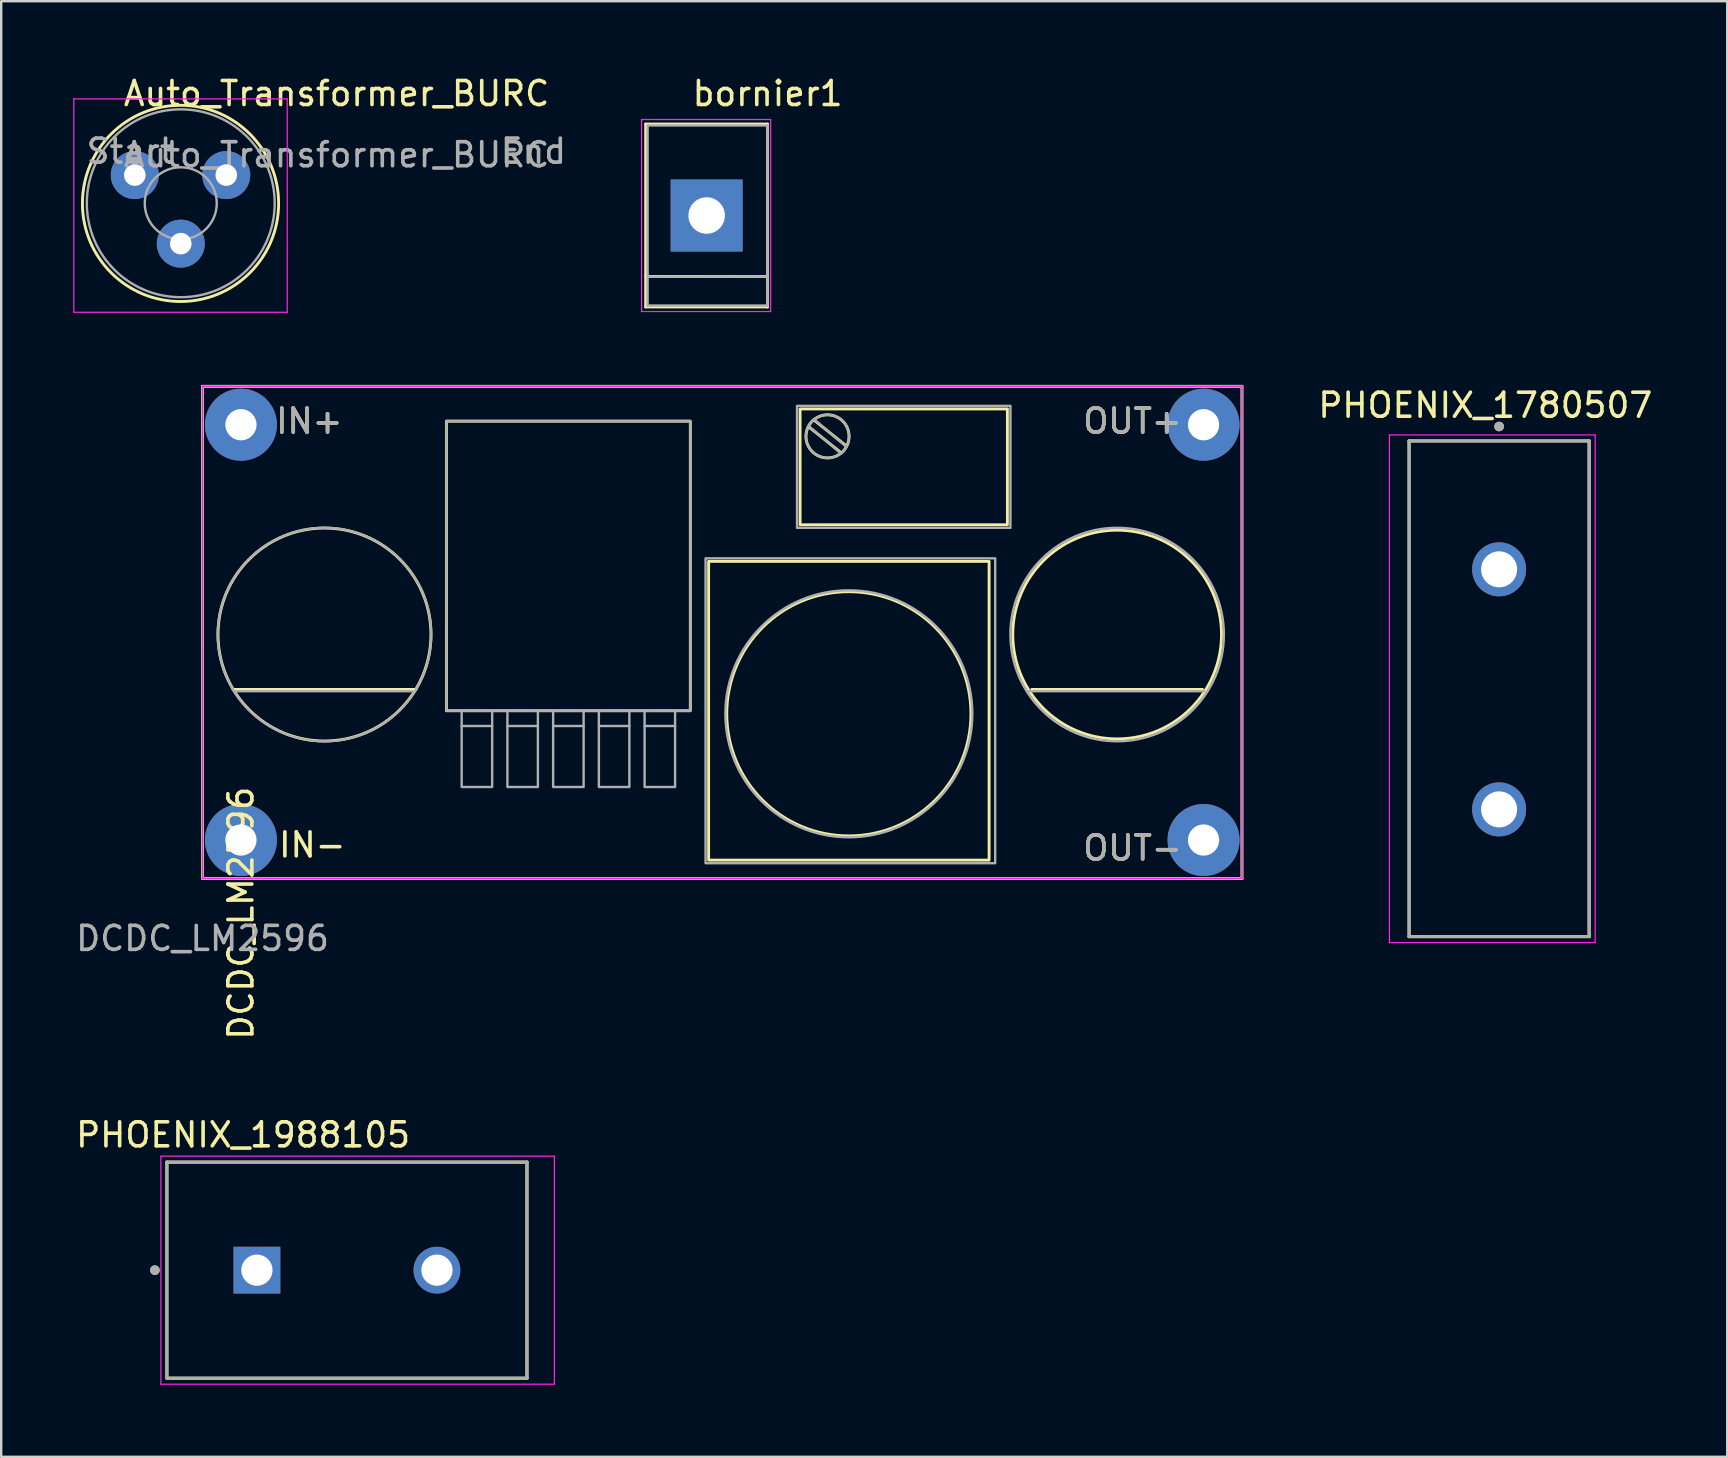
<source format=kicad_pcb>
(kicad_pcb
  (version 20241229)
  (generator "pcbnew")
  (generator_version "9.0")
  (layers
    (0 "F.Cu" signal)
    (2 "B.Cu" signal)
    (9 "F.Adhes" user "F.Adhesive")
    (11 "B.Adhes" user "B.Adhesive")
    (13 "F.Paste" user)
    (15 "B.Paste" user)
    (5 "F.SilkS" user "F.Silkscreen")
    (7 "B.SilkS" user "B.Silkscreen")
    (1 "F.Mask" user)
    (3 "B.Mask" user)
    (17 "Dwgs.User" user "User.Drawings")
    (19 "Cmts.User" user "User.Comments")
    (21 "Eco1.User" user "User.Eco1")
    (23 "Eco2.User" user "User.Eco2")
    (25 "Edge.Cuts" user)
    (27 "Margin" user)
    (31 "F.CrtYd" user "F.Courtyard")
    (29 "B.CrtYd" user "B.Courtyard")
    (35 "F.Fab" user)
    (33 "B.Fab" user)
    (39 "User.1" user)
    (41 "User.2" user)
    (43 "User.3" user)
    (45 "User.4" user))
  (footprint "DCDC_LM2596"
    (layer "F.Cu")
    (at 5.387 33.543)
    (property "Reference" "DCDC_LM2596" (at 1.6 1.448 90) (unlocked yes) (layer "F.SilkS") (effects (font (size 1 1) (thickness 0.15))))
    (attr through_hole)
    (fp_line (start 0 -20.5) (end 43.3 -20.5) (stroke (width 0.12) (type solid)) (layer "F.SilkS"))
    (fp_line (start 0 0) (end 0 -20.5) (stroke (width 0.12) (type solid)) (layer "F.SilkS"))
    (fp_line (start 1.27 -7.874) (end 8.89 -7.874) (stroke (width 0.12) (type solid)) (layer "F.SilkS"))
    (fp_line (start 25.273 -18.796) (end 26.543 -17.78) (stroke (width 0.12) (type solid)) (layer "F.SilkS"))
    (fp_line (start 25.527 -19.05) (end 26.797 -18.034) (stroke (width 0.12) (type solid)) (layer "F.SilkS"))
    (fp_line (start 34.544 -7.874) (end 41.656 -7.874) (stroke (width 0.12) (type solid)) (layer "F.SilkS"))
    (fp_line (start 43.3 -20.5) (end 43.3 0) (stroke (width 0.12) (type solid)) (layer "F.SilkS"))
    (fp_line (start 43.3 0) (end 0 0) (stroke (width 0.12) (type solid)) (layer "F.SilkS"))
    (fp_rect (start 10.16 -6.985) (end 20.32 -19.05) (stroke (width 0.12) (type solid)) (fill no) (layer "F.SilkS"))
    (fp_rect (start 21.082 -13.208) (end 32.766 -0.762) (stroke (width 0.12) (type solid)) (fill no) (layer "F.SilkS"))
    (fp_rect (start 24.892 -14.732) (end 33.528 -19.558) (stroke (width 0.12) (type solid)) (fill no) (layer "F.SilkS"))
    (fp_circle (center 5.08 -10.16) (end 9.398 -11.176) (stroke (width 0.12) (type solid)) (fill no) (layer "F.SilkS"))
    (fp_circle (center 26.035 -18.415) (end 26.924 -18.288) (stroke (width 0.12) (type solid)) (fill no) (layer "F.SilkS"))
    (fp_circle (center 26.924 -6.858) (end 32.004 -6.604) (stroke (width 0.12) (type solid)) (fill no) (layer "F.SilkS"))
    (fp_circle (center 38.1 -10.16) (end 42.418 -10.668) (stroke (width 0.12) (type solid)) (fill no) (layer "F.SilkS"))
    (fp_line (start 0 -20.5) (end 0 0) (stroke (width 0.05) (type solid)) (layer "F.CrtYd"))
    (fp_line (start 0 0) (end 43.3 0) (stroke (width 0.05) (type solid)) (layer "F.CrtYd"))
    (fp_line (start 43.3 -20.5) (end 0 -20.5) (stroke (width 0.05) (type solid)) (layer "F.CrtYd"))
    (fp_line (start 43.3 0) (end 43.3 -20.5) (stroke (width 0.05) (type solid)) (layer "F.CrtYd"))
    (fp_line (start 0 -20.5) (end 43.3 -20.5) (stroke (width 0.1) (type solid)) (layer "F.Fab"))
    (fp_line (start 0 0) (end 0 -20.5) (stroke (width 0.1) (type solid)) (layer "F.Fab"))
    (fp_line (start 0 0) (end 43.3 0) (stroke (width 0.1) (type solid)) (layer "F.Fab"))
    (fp_line (start 1.4 -7.8) (end 8.7 -7.8) (stroke (width 0.1) (type solid)) (layer "F.Fab"))
    (fp_line (start 10.795 -6.35) (end 12.065 -6.35) (stroke (width 0.1) (type solid)) (layer "F.Fab"))
    (fp_line (start 12.7 -6.35) (end 13.97 -6.35) (stroke (width 0.1) (type solid)) (layer "F.Fab"))
    (fp_line (start 14.605 -6.35) (end 15.875 -6.35) (stroke (width 0.1) (type solid)) (layer "F.Fab"))
    (fp_line (start 16.51 -6.35) (end 17.78 -6.35) (stroke (width 0.1) (type solid)) (layer "F.Fab"))
    (fp_line (start 18.415 -6.35) (end 19.685 -6.35) (stroke (width 0.1) (type solid)) (layer "F.Fab"))
    (fp_line (start 25.3 -18.8) (end 26.6 -17.7) (stroke (width 0.1) (type solid)) (layer "F.Fab"))
    (fp_line (start 25.5 -19.1) (end 26.8 -18) (stroke (width 0.1) (type solid)) (layer "F.Fab"))
    (fp_line (start 34.42 -7.8) (end 41.72 -7.8) (stroke (width 0.1) (type solid)) (layer "F.Fab"))
    (fp_line (start 43.3 0) (end 43.3 -20.5) (stroke (width 0.1) (type solid)) (layer "F.Fab"))
    (fp_rect (start 10.16 -19.05) (end 20.32 -6.985) (stroke (width 0.1) (type solid)) (fill no) (layer "F.Fab"))
    (fp_rect (start 12.065 -6.985) (end 10.795 -3.81) (stroke (width 0.1) (type solid)) (fill no) (layer "F.Fab"))
    (fp_rect (start 13.97 -6.985) (end 12.7 -3.81) (stroke (width 0.1) (type solid)) (fill no) (layer "F.Fab"))
    (fp_rect (start 14.605 -6.985) (end 15.875 -3.81) (stroke (width 0.1) (type solid)) (fill no) (layer "F.Fab"))
    (fp_rect (start 16.51 -6.985) (end 17.78 -3.81) (stroke (width 0.1) (type solid)) (fill no) (layer "F.Fab"))
    (fp_rect (start 18.415 -6.985) (end 19.685 -3.81) (stroke (width 0.1) (type solid)) (fill no) (layer "F.Fab"))
    (fp_rect (start 20.955 -0.635) (end 33.02 -13.335) (stroke (width 0.1) (type solid)) (fill no) (layer "F.Fab"))
    (fp_rect (start 24.765 -19.685) (end 33.655 -14.605) (stroke (width 0.1) (type solid)) (fill no) (layer "F.Fab"))
    (fp_circle (center 5.08 -10.16) (end 0.635 -10.25) (stroke (width 0.1) (type solid)) (fill no) (layer "F.Fab"))
    (fp_circle (center 26.035 -18.415) (end 25.4 -19.05) (stroke (width 0.1) (type solid)) (fill no) (layer "F.Fab"))
    (fp_circle (center 26.924 -6.858) (end 29.718 -2.54) (stroke (width 0.1) (type solid)) (fill no) (layer "F.Fab"))
    (fp_circle (center 38.1 -10.16) (end 33.655 -10.25) (stroke (width 0.1) (type solid)) (fill no) (layer "F.Fab"))
    (fp_text user "OUT+" (at 38.735 -19.05 0) (unlocked yes) (layer "F.SilkS") (effects (font (size 1 1) (thickness 0.15))))
    (fp_text user "IN-" (at 4.572 -1.397 0) (unlocked yes) (layer "F.SilkS") (effects (font (size 1 1) (thickness 0.15))))
    (fp_text user "IN+" (at 4.445 -19.05 0) (unlocked yes) (layer "F.SilkS") (effects (font (size 1 1) (thickness 0.15))))
    (fp_text user "OUT-" (at 38.735 -1.27 0) (unlocked yes) (layer "F.SilkS") (effects (font (size 1 1) (thickness 0.15))))
    (fp_text user "OUT+" (at 38.735 -19.05 0) (unlocked yes) (layer "F.Fab") (effects (font (size 1 1) (thickness 0.15))))
    (fp_text user "${REFERENCE}" (at 0 2.5 0) (unlocked yes) (layer "F.Fab") (effects (font (size 1 1) (thickness 0.15))))
    (fp_text user "OUT-" (at 38.735 -1.27 0) (unlocked yes) (layer "F.Fab") (effects (font (size 1 1) (thickness 0.15))))
    (fp_text user "IN+" (at 4.445 -19.05 0) (unlocked yes) (layer "F.Fab") (effects (font (size 1 1) (thickness 0.15))))
    (pad "1" thru_hole circle (at 1.6 -1.6) (size 3 3) (drill 1.3) (layers "*.Cu" "*.Mask"))
    (pad "2" thru_hole circle (at 41.7 -1.6) (size 3 3) (drill 1.3) (layers "*.Cu" "*.Mask"))
    (pad "3" thru_hole circle (at 41.7 -18.9) (size 3 3) (drill 1.3) (layers "*.Cu" "*.Mask"))
    (pad "4" thru_hole circle (at 1.6 -18.9) (size 3 3) (drill 1.3) (layers "*.Cu" "*.Mask")))
  (footprint "bornier1"
    (layer "F.Cu")
    (at 26.387 5.928)
    (property "Reference" "bornier1" (at 2.54 -5.08 0) (layer "F.SilkS") (effects (font (size 1 1) (thickness 0.15))))
    (attr through_hole)
    (fp_line (start -2.54 -3.81) (end -2.54 3.81) (stroke (width 0.12) (type solid)) (layer "F.SilkS"))
    (fp_line (start -2.54 3.81) (end 2.54 3.81) (stroke (width 0.12) (type solid)) (layer "F.SilkS"))
    (fp_line (start 2.54 -3.81) (end -2.54 -3.81) (stroke (width 0.12) (type solid)) (layer "F.SilkS"))
    (fp_line (start 2.54 2.54) (end -2.54 2.54) (stroke (width 0.12) (type solid)) (layer "F.SilkS"))
    (fp_line (start 2.54 3.81) (end 2.54 -3.81) (stroke (width 0.12) (type solid)) (layer "F.SilkS"))
    (fp_line (start -2.71 -4) (end -2.71 4) (stroke (width 0.05) (type solid)) (layer "F.CrtYd"))
    (fp_line (start -2.71 -4) (end 2.667 -4) (stroke (width 0.05) (type solid)) (layer "F.CrtYd"))
    (fp_line (start 2.667 4) (end -2.71 4) (stroke (width 0.05) (type solid)) (layer "F.CrtYd"))
    (fp_line (start 2.667 4) (end 2.667 -4) (stroke (width 0.05) (type solid)) (layer "F.CrtYd"))
    (fp_line (start -2.46 -3.75) (end -2.46 3.75) (stroke (width 0.1) (type solid)) (layer "F.Fab"))
    (fp_line (start -2.46 3.75) (end 2.54 3.75) (stroke (width 0.1) (type solid)) (layer "F.Fab"))
    (fp_line (start -2.41 2.55) (end 2.54 2.54) (stroke (width 0.1) (type solid)) (layer "F.Fab"))
    (fp_line (start 2.54 -3.75) (end -2.46 -3.75) (stroke (width 0.1) (type solid)) (layer "F.Fab"))
    (fp_line (start 2.54 3.75) (end 2.54 -3.75) (stroke (width 0.1) (type solid)) (layer "F.Fab"))
    (pad "1" thru_hole rect (at 0 0) (size 3 3) (drill 1.52) (layers "*.Cu" "*.Mask")))
  (footprint "PHOENIX_1988105"
    (layer "F.Cu")
    (at 3.902 54.361)
    (property "Reference" "PHOENIX_1988105" (at 3.175 -10.135 0) (layer "F.SilkS") (effects (font (size 1 1) (thickness 0.15))))
    (attr through_hole)
    (fp_line (start 0 -9) (end 0 0) (stroke (width 0.127) (type solid)) (layer "F.SilkS"))
    (fp_line (start 0 0) (end 15 0) (stroke (width 0.127) (type solid)) (layer "F.SilkS"))
    (fp_line (start 15 -9) (end 0 -9) (stroke (width 0.127) (type solid)) (layer "F.SilkS"))
    (fp_line (start 15 0) (end 15 -9) (stroke (width 0.127) (type solid)) (layer "F.SilkS"))
    (fp_circle (center -0.5 -4.5) (end -0.4 -4.5) (stroke (width 0.2) (type solid)) (fill no) (layer "F.SilkS"))
    (fp_line (start -0.25 -9.25) (end -0.25 0.25) (stroke (width 0.05) (type solid)) (layer "F.CrtYd"))
    (fp_line (start -0.25 0.25) (end 16.141 0.25) (stroke (width 0.05) (type solid)) (layer "F.CrtYd"))
    (fp_line (start 16.141 -9.25) (end -0.25 -9.25) (stroke (width 0.05) (type solid)) (layer "F.CrtYd"))
    (fp_line (start 16.141 0.25) (end 16.141 -9.25) (stroke (width 0.05) (type solid)) (layer "F.CrtYd"))
    (fp_line (start 0 -9) (end 0 0) (stroke (width 0.127) (type solid)) (layer "F.Fab"))
    (fp_line (start 0 0) (end 15 0) (stroke (width 0.127) (type solid)) (layer "F.Fab"))
    (fp_line (start 15 -9) (end 0 -9) (stroke (width 0.127) (type solid)) (layer "F.Fab"))
    (fp_line (start 15 0) (end 15 -9) (stroke (width 0.127) (type solid)) (layer "F.Fab"))
    (fp_circle (center -0.5 -4.5) (end -0.4 -4.5) (stroke (width 0.2) (type solid)) (fill no) (layer "F.Fab"))
    (pad "1" thru_hole rect (at 3.75 -4.5) (size 1.95 1.95) (drill 1.3) (layers "*.Cu" "*.Mask"))
    (pad "2" thru_hole circle (at 11.25 -4.5) (size 1.95 1.95) (drill 1.3) (layers "*.Cu" "*.Mask")))
  (footprint "PHOENIX_1780507"
    (layer "F.Cu")
    (at 55.649 35.967)
    (property "Reference" "PHOENIX_1780507" (at 3.175 -22.135 0) (layer "F.SilkS") (effects (font (size 1 1) (thickness 0.15))))
    (attr through_hole)
    (fp_line (start 0 -20.65) (end 0 0) (stroke (width 0.127) (type solid)) (layer "F.SilkS"))
    (fp_line (start 0 0) (end 7.5 0) (stroke (width 0.127) (type solid)) (layer "F.SilkS"))
    (fp_line (start 7.5 -20.65) (end 0 -20.65) (stroke (width 0.127) (type solid)) (layer "F.SilkS"))
    (fp_line (start 7.5 0) (end 7.5 -20.65) (stroke (width 0.127) (type solid)) (layer "F.SilkS"))
    (fp_circle (center 3.75 -21.25) (end 3.85 -21.25) (stroke (width 0.2) (type solid)) (fill no) (layer "F.SilkS"))
    (fp_line (start -0.82 -20.9) (end -0.82 0.25) (stroke (width 0.05) (type solid)) (layer "F.CrtYd"))
    (fp_line (start -0.82 0.25) (end 7.75 0.25) (stroke (width 0.05) (type solid)) (layer "F.CrtYd"))
    (fp_line (start 7.75 -20.9) (end -0.82 -20.9) (stroke (width 0.05) (type solid)) (layer "F.CrtYd"))
    (fp_line (start 7.75 0.25) (end 7.75 -20.9) (stroke (width 0.05) (type solid)) (layer "F.CrtYd"))
    (fp_line (start 0 -20.65) (end 0 0) (stroke (width 0.127) (type solid)) (layer "F.Fab"))
    (fp_line (start 0 0) (end 7.5 0) (stroke (width 0.127) (type solid)) (layer "F.Fab"))
    (fp_line (start 7.5 -20.65) (end 0 -20.65) (stroke (width 0.127) (type solid)) (layer "F.Fab"))
    (fp_line (start 7.5 0) (end 7.5 -20.65) (stroke (width 0.127) (type solid)) (layer "F.Fab"))
    (fp_circle (center 3.75 -21.25) (end 3.85 -21.25) (stroke (width 0.2) (type solid)) (fill no) (layer "F.Fab"))
    (pad "1_1" thru_hole circle (at 3.75 -15.3) (size 2.25 2.25) (drill 1.5) (layers "*.Cu" "*.Mask"))
    (pad "1_2" thru_hole circle (at 3.75 -5.3) (size 2.25 2.25) (drill 1.5) (layers "*.Cu" "*.Mask")))
  (footprint "Auto_Transformer_BURC"
    (layer "F.Cu")
    (at 4.48 4.243)
    (property "Reference" "Auto_Transformer_BURC" (at 6.49 -3.395 0) (layer "F.SilkS") (effects (font (size 1 1) (thickness 0.15))))
    (attr through_hole)
    (fp_circle (center -0.01 1.18) (end 2.99 -1.595) (stroke (width 0.12) (type solid)) (fill no) (layer "F.SilkS"))
    (fp_line (start -4.455 -3.175) (end 4.435 -3.175) (stroke (width 0.05) (type solid)) (layer "F.CrtYd"))
    (fp_line (start -4.455 5.715) (end -4.455 -3.175) (stroke (width 0.05) (type solid)) (layer "F.CrtYd"))
    (fp_line (start 4.435 -3.175) (end 4.435 5.715) (stroke (width 0.05) (type solid)) (layer "F.CrtYd"))
    (fp_line (start 4.435 5.715) (end -4.455 5.715) (stroke (width 0.05) (type solid)) (layer "F.CrtYd"))
    (fp_circle (center 0 1.175) (end 1.5 1.175) (stroke (width 0.1) (type solid)) (fill no) (layer "F.Fab"))
    (fp_circle (center 0 1.175) (end 3.49 -0.595) (stroke (width 0.1) (type solid)) (fill no) (layer "F.Fab"))
    (fp_text user "End" (at 14.69 -0.995 0) (layer "F.Fab") (effects (font (size 1 1) (thickness 0.15))))
    (fp_text user "${REFERENCE}" (at 6.49 -0.845 0) (layer "F.Fab") (effects (font (size 1 1) (thickness 0.15))))
    (fp_text user "Start" (at -2.11 -0.995 0) (layer "F.Fab") (effects (font (size 1 1) (thickness 0.15))))
    (pad "1" thru_hole circle (at 0 2.857) (size 2 2) (drill 0.9) (layers "*.Cu" "*.Mask"))
    (pad "2" thru_hole circle (at -1.915 0) (size 2 2) (drill 0.9) (layers "*.Cu" "*.Mask"))
    (pad "3" thru_hole circle (at 1.895 0) (size 2 2) (drill 0.9) (layers "*.Cu" "*.Mask")))
  (gr_rect
    (start -3 -3)
    (end 68.902 57.636)
    (stroke (width 0.1) (type default))
    (fill no)
    (layer "Edge.Cuts")))
</source>
